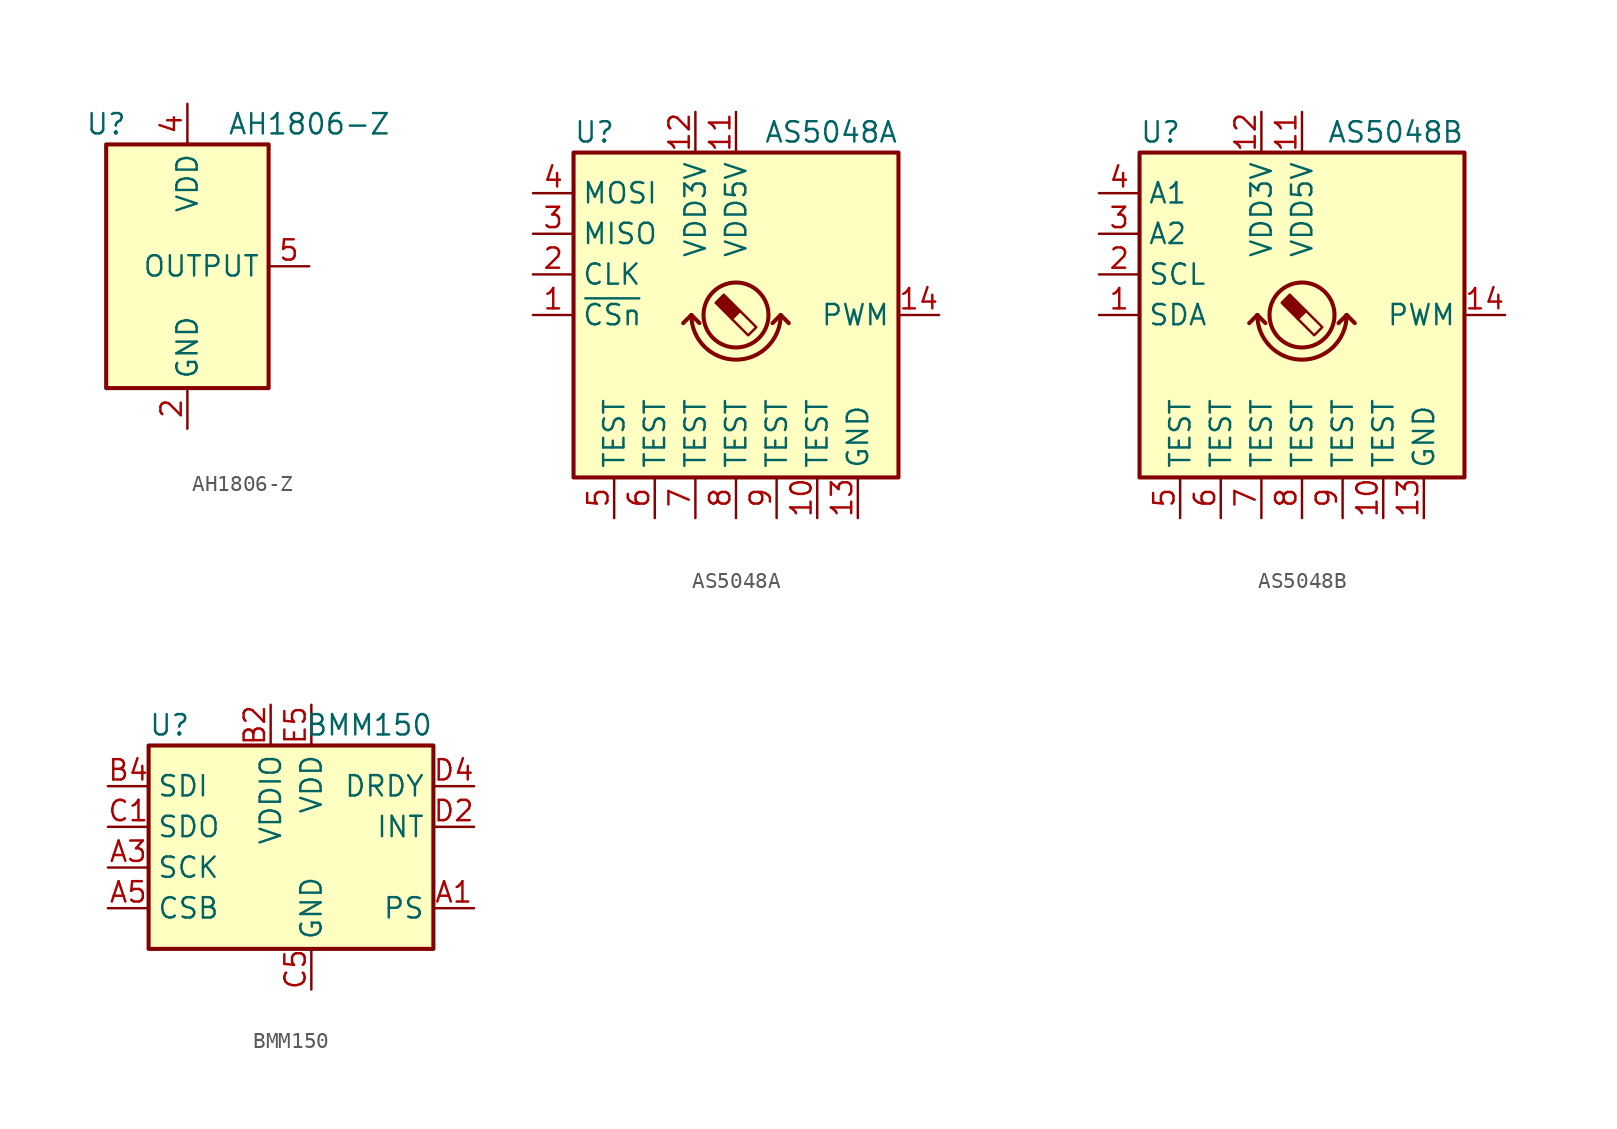
<source format=kicad_sym>
(kicad_symbol_lib
  (version 20220914)
  (generator kicad_symbol_editor)
  (symbol "AH1806-Z"
    (property "Reference" "U"
      (at -5.08 8.89 0)
      (effects (font (size 1.27 1.27))))
    (property "Value" "AH1806-Z"
      (at 7.62 8.89 0)
      (effects (font (size 1.27 1.27))))
    (symbol "AH1806-Z_0_1"
      (rectangle (start 5.08 7.62) (end -5.08 -7.62) (stroke (width 0.254) (type default)) (fill (type background))))
    (symbol "AH1806-Z_1_1"
      (pin no_connect line (at 5.08 2.54 180) (length 2.54) hide (name "NC" (effects (font (size 1.27 1.27)))) (number "1" (effects (font (size 1.27 1.27)))))
      (pin power_in line (at 0 -10.16 90) (length 2.54) (name "GND" (effects (font (size 1.27 1.27)))) (number "2" (effects (font (size 1.27 1.27)))))
      (pin no_connect line (at 5.08 -2.54 180) (length 2.54) hide (name "NC" (effects (font (size 1.27 1.27)))) (number "3" (effects (font (size 1.27 1.27)))))
      (pin power_in line (at 0 10.16 270) (length 2.54) (name "VDD" (effects (font (size 1.27 1.27)))) (number "4" (effects (font (size 1.27 1.27)))))
      (pin open_collector line (at 7.62 0 180) (length 2.54) (name "OUTPUT" (effects (font (size 1.27 1.27)))) (number "5" (effects (font (size 1.27 1.27)))))))
  (symbol "AS5048A"
    (property "Reference" "U"
      (at -10.16 11.43 0)
      (effects (font (size 1.27 1.27)) (justify left)))
    (property "Value" "AS5048A"
      (at 10.16 11.43 0)
      (effects (font (size 1.27 1.27)) (justify right)))
    (symbol "AS5048A_0_1"
      (rectangle (start -10.16 10.16) (end 10.16 -10.16) (stroke (width 0.254) (type default)) (fill (type background)))
      (arc (start -2.794 0) (mid 0 -2.7819) (end 2.794 0) (stroke (width 0.254) (type default)) (fill (type none)))
      (polyline (pts (xy -2.794 0) (xy -3.302 -0.508)) (stroke (width 0.254) (type default)) (fill (type none)))
      (polyline (pts (xy -2.794 0) (xy -2.286 -0.508)) (stroke (width 0.254) (type default)) (fill (type none)))
      (polyline (pts (xy 2.794 0) (xy 2.286 -0.508)) (stroke (width 0.254) (type default)) (fill (type none)))
      (polyline (pts (xy 2.794 0) (xy 3.302 -0.508)) (stroke (width 0.254) (type default)) (fill (type none))))
    (symbol "AS5048A_1_1"
      (polyline (pts (xy 0.254 0.254) (xy 1.27 -0.762) (xy 0.762 -1.27) (xy -0.254 -0.254)) (stroke (width 0) (type default)) (fill (type none)))
      (polyline (pts (xy -0.762 1.27) (xy 0.254 0.254) (xy -0.254 -0.254) (xy -1.27 0.762) (xy -1.016 1.016) (xy -0.762 1.27) (xy -0.635 1.143)) (stroke (width 0) (type default)) (fill (type outline)))
      (circle (center 0 0) (radius 2.032) (stroke (width 0.254) (type default)) (fill (type none)))
      (pin input line (at -12.7 0 0) (length 2.54) (name "~{CSn}" (effects (font (size 1.27 1.27)))) (number "1" (effects (font (size 1.27 1.27)))))
      (pin passive line (at 5.08 -12.7 90) (length 2.54) (name "TEST" (effects (font (size 1.27 1.27)))) (number "10" (effects (font (size 1.27 1.27)))))
      (pin power_in line (at 0 12.7 270) (length 2.54) (name "VDD5V" (effects (font (size 1.27 1.27)))) (number "11" (effects (font (size 1.27 1.27)))))
      (pin power_in line (at -2.54 12.7 270) (length 2.54) (name "VDD3V" (effects (font (size 1.27 1.27)))) (number "12" (effects (font (size 1.27 1.27)))))
      (pin power_in line (at 7.62 -12.7 90) (length 2.54) (name "GND" (effects (font (size 1.27 1.27)))) (number "13" (effects (font (size 1.27 1.27)))))
      (pin output line (at 12.7 0 180) (length 2.54) (name "PWM" (effects (font (size 1.27 1.27)))) (number "14" (effects (font (size 1.27 1.27)))))
      (pin input line (at -12.7 2.54 0) (length 2.54) (name "CLK" (effects (font (size 1.27 1.27)))) (number "2" (effects (font (size 1.27 1.27)))))
      (pin output line (at -12.7 5.08 0) (length 2.54) (name "MISO" (effects (font (size 1.27 1.27)))) (number "3" (effects (font (size 1.27 1.27)))))
      (pin input line (at -12.7 7.62 0) (length 2.54) (name "MOSI" (effects (font (size 1.27 1.27)))) (number "4" (effects (font (size 1.27 1.27)))))
      (pin passive line (at -7.62 -12.7 90) (length 2.54) (name "TEST" (effects (font (size 1.27 1.27)))) (number "5" (effects (font (size 1.27 1.27)))))
      (pin passive line (at -5.08 -12.7 90) (length 2.54) (name "TEST" (effects (font (size 1.27 1.27)))) (number "6" (effects (font (size 1.27 1.27)))))
      (pin passive line (at -2.54 -12.7 90) (length 2.54) (name "TEST" (effects (font (size 1.27 1.27)))) (number "7" (effects (font (size 1.27 1.27)))))
      (pin passive line (at 0 -12.7 90) (length 2.54) (name "TEST" (effects (font (size 1.27 1.27)))) (number "8" (effects (font (size 1.27 1.27)))))
      (pin passive line (at 2.54 -12.7 90) (length 2.54) (name "TEST" (effects (font (size 1.27 1.27)))) (number "9" (effects (font (size 1.27 1.27)))))))
  (symbol "AS5048B"
    (property "Reference" "U"
      (at -10.16 11.43 0)
      (effects (font (size 1.27 1.27)) (justify left)))
    (property "Value" "AS5048B"
      (at 10.16 11.43 0)
      (effects (font (size 1.27 1.27)) (justify right)))
    (symbol "AS5048B_0_1"
      (rectangle (start -10.16 10.16) (end 10.16 -10.16) (stroke (width 0.254) (type default)) (fill (type background)))
      (arc (start -2.794 0) (mid 0 -2.7819) (end 2.794 0) (stroke (width 0.254) (type default)) (fill (type none)))
      (polyline (pts (xy -2.794 0) (xy -3.302 -0.508)) (stroke (width 0.254) (type default)) (fill (type none)))
      (polyline (pts (xy -2.794 0) (xy -2.286 -0.508)) (stroke (width 0.254) (type default)) (fill (type none)))
      (polyline (pts (xy 2.794 0) (xy 2.286 -0.508)) (stroke (width 0.254) (type default)) (fill (type none)))
      (polyline (pts (xy 2.794 0) (xy 3.302 -0.508)) (stroke (width 0.254) (type default)) (fill (type none))))
    (symbol "AS5048B_1_1"
      (polyline (pts (xy 0.254 0.254) (xy 1.27 -0.762) (xy 0.762 -1.27) (xy -0.254 -0.254)) (stroke (width 0) (type default)) (fill (type none)))
      (polyline (pts (xy -0.762 1.27) (xy 0.254 0.254) (xy -0.254 -0.254) (xy -1.27 0.762) (xy -1.016 1.016) (xy -0.762 1.27) (xy -0.635 1.143)) (stroke (width 0) (type default)) (fill (type outline)))
      (circle (center 0 0) (radius 2.032) (stroke (width 0.254) (type default)) (fill (type none)))
      (pin bidirectional line (at -12.7 0 0) (length 2.54) (name "SDA" (effects (font (size 1.27 1.27)))) (number "1" (effects (font (size 1.27 1.27)))))
      (pin passive line (at 5.08 -12.7 90) (length 2.54) (name "TEST" (effects (font (size 1.27 1.27)))) (number "10" (effects (font (size 1.27 1.27)))))
      (pin power_in line (at 0 12.7 270) (length 2.54) (name "VDD5V" (effects (font (size 1.27 1.27)))) (number "11" (effects (font (size 1.27 1.27)))))
      (pin power_in line (at -2.54 12.7 270) (length 2.54) (name "VDD3V" (effects (font (size 1.27 1.27)))) (number "12" (effects (font (size 1.27 1.27)))))
      (pin power_in line (at 7.62 -12.7 90) (length 2.54) (name "GND" (effects (font (size 1.27 1.27)))) (number "13" (effects (font (size 1.27 1.27)))))
      (pin output line (at 12.7 0 180) (length 2.54) (name "PWM" (effects (font (size 1.27 1.27)))) (number "14" (effects (font (size 1.27 1.27)))))
      (pin input line (at -12.7 2.54 0) (length 2.54) (name "SCL" (effects (font (size 1.27 1.27)))) (number "2" (effects (font (size 1.27 1.27)))))
      (pin input line (at -12.7 5.08 0) (length 2.54) (name "A2" (effects (font (size 1.27 1.27)))) (number "3" (effects (font (size 1.27 1.27)))))
      (pin input line (at -12.7 7.62 0) (length 2.54) (name "A1" (effects (font (size 1.27 1.27)))) (number "4" (effects (font (size 1.27 1.27)))))
      (pin passive line (at -7.62 -12.7 90) (length 2.54) (name "TEST" (effects (font (size 1.27 1.27)))) (number "5" (effects (font (size 1.27 1.27)))))
      (pin passive line (at -5.08 -12.7 90) (length 2.54) (name "TEST" (effects (font (size 1.27 1.27)))) (number "6" (effects (font (size 1.27 1.27)))))
      (pin passive line (at -2.54 -12.7 90) (length 2.54) (name "TEST" (effects (font (size 1.27 1.27)))) (number "7" (effects (font (size 1.27 1.27)))))
      (pin passive line (at 0 -12.7 90) (length 2.54) (name "TEST" (effects (font (size 1.27 1.27)))) (number "8" (effects (font (size 1.27 1.27)))))
      (pin passive line (at 2.54 -12.7 90) (length 2.54) (name "TEST" (effects (font (size 1.27 1.27)))) (number "9" (effects (font (size 1.27 1.27)))))))
  (symbol "BMM150"
    (property "Reference" "U"
      (at -10.16 6.35 0)
      (effects (font (size 1.27 1.27)) (justify left)))
    (property "Value" "BMM150"
      (at 7.62 6.35 0)
      (effects (font (size 1.27 1.27)) (justify right)))
    (symbol "BMM150_0_1"
      (rectangle (start -10.16 5.08) (end 7.62 -7.62) (stroke (width 0.254) (type default)) (fill (type background))))
    (symbol "BMM150_1_1"
      (pin input line (at 10.16 -5.08 180) (length 2.54) (name "PS" (effects (font (size 1.27 1.27)))) (number "A1" (effects (font (size 1.27 1.27)))))
      (pin bidirectional line (at -12.7 -2.54 0) (length 2.54) (name "SCK" (effects (font (size 1.27 1.27)))) (number "A3" (effects (font (size 1.27 1.27)))))
      (pin input line (at -12.7 -5.08 0) (length 2.54) (name "CSB" (effects (font (size 1.27 1.27)))) (number "A5" (effects (font (size 1.27 1.27)))))
      (pin power_in line (at -2.54 7.62 270) (length 2.54) (name "VDDIO" (effects (font (size 1.27 1.27)))) (number "B2" (effects (font (size 1.27 1.27)))))
      (pin bidirectional line (at -12.7 2.54 0) (length 2.54) (name "SDI" (effects (font (size 1.27 1.27)))) (number "B4" (effects (font (size 1.27 1.27)))))
      (pin bidirectional line (at -12.7 0 0) (length 2.54) (name "SDO" (effects (font (size 1.27 1.27)))) (number "C1" (effects (font (size 1.27 1.27)))))
      (pin power_in line (at 0 -10.16 90) (length 2.54) (name "GND" (effects (font (size 1.27 1.27)))) (number "C5" (effects (font (size 1.27 1.27)))))
      (pin output line (at 10.16 0 180) (length 2.54) (name "INT" (effects (font (size 1.27 1.27)))) (number "D2" (effects (font (size 1.27 1.27)))))
      (pin output line (at 10.16 2.54 180) (length 2.54) (name "DRDY" (effects (font (size 1.27 1.27)))) (number "D4" (effects (font (size 1.27 1.27)))))
      (pin passive line (at 0 -10.16 90) (length 2.54) hide (name "GND" (effects (font (size 1.27 1.27)))) (number "E1" (effects (font (size 1.27 1.27)))))
      (pin passive line (at 0 -10.16 90) (length 2.54) hide (name "GND" (effects (font (size 1.27 1.27)))) (number "E3" (effects (font (size 1.27 1.27)))))
      (pin power_in line (at 0 7.62 270) (length 2.54) (name "VDD" (effects (font (size 1.27 1.27)))) (number "E5" (effects (font (size 1.27 1.27))))))))
</source>
